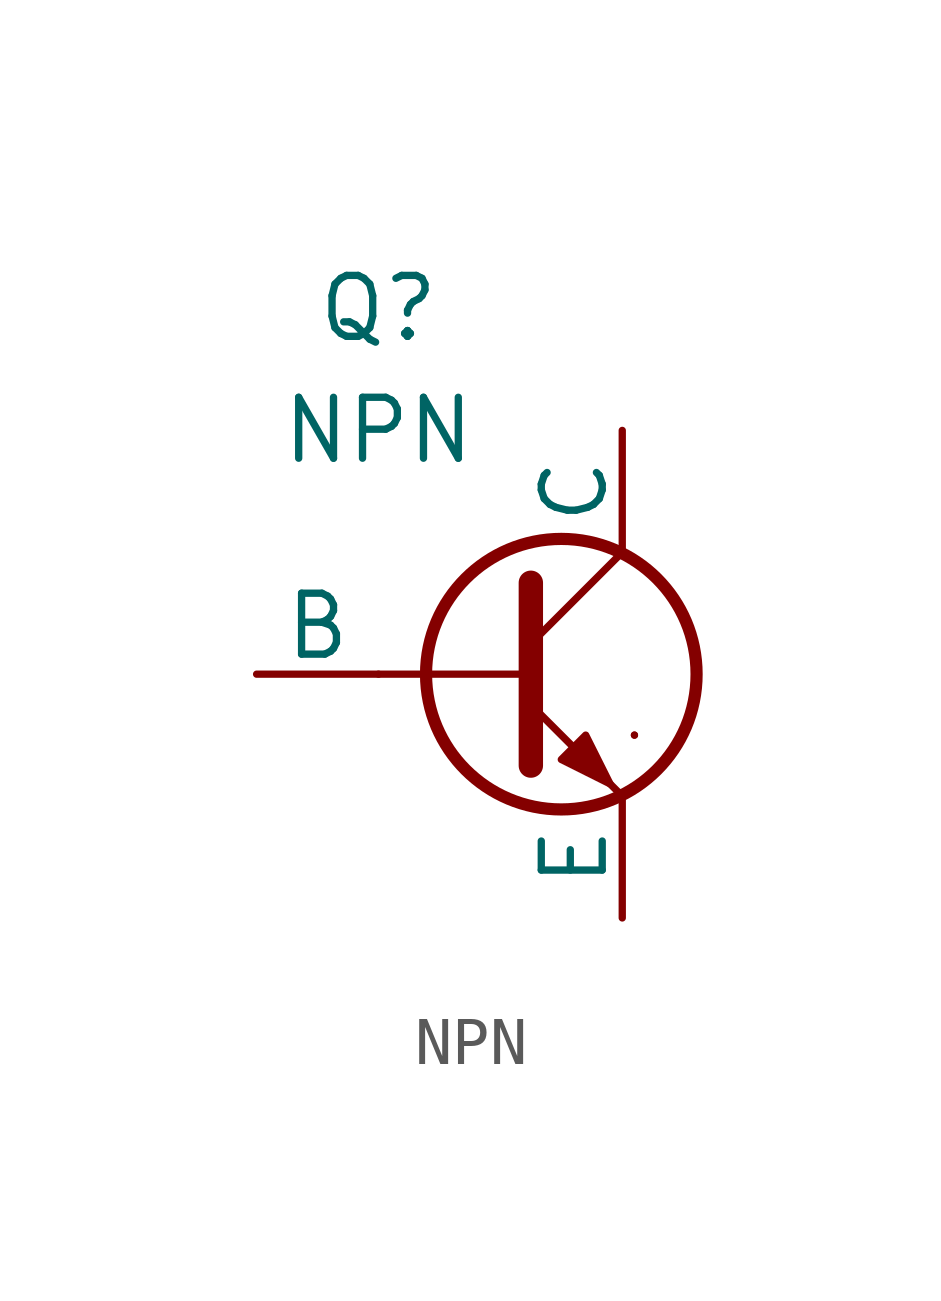
<source format=kicad_sym>
(kicad_symbol_lib
  (version 20231120)
  (generator "kicad_symbol_editor")
  (generator_version "8.0")
  (symbol "NPN"
    (pin_numbers hide)
    (pin_names
      (offset 0))
    (property "Reference" "Q"
      (at -2.54 7.62 0)
      (effects (font (size 1.27 1.27))))
    (property "Value" "NPN"
      (at -2.54 5.08 0)
      (effects (font (size 1.27 1.27))))
    (symbol "NPN_0_1"
      (polyline (pts (xy -2.54 0) (xy 0.635 0)) (stroke (width 0.152) (type default)) (fill (type none)))
      (polyline (pts (xy 0.635 0.635) (xy 2.54 2.54)) (stroke (width 0) (type default)) (fill (type none)))
      (polyline (pts (xy 2.794 -1.27) (xy 2.794 -1.27)) (stroke (width 0.152) (type default)) (fill (type none)))
      (polyline (pts (xy 2.794 -1.27) (xy 2.794 -1.27)) (stroke (width 0.152) (type default)) (fill (type none)))
      (polyline (pts (xy 0.635 -0.635) (xy 2.54 -2.54) (xy 2.54 -2.54)) (stroke (width 0) (type default)) (fill (type none)))
      (polyline (pts (xy 0.635 1.905) (xy 0.635 -1.905) (xy 0.635 -1.905)) (stroke (width 0.508) (type default)) (fill (type none)))
      (polyline (pts (xy 1.27 -1.778) (xy 1.778 -1.27) (xy 2.286 -2.286) (xy 1.27 -1.778) (xy 1.27 -1.778)) (stroke (width 0) (type default)) (fill (type outline)))
      (circle (center 1.27 0) (radius 2.819) (stroke (width 0.254) (type default)) (fill (type none))))
    (symbol "NPN_1_1"
      (pin open_collector line (at 2.54 5.08 270) (length 2.54) (name "C" (effects (font (size 1.27 1.27)))) (number "1" (effects (font (size 1.27 1.27)))))
      (pin input line (at -5.08 0 0) (length 2.54) (name "B" (effects (font (size 1.27 1.27)))) (number "2" (effects (font (size 1.27 1.27)))))
      (pin power_out line (at 2.54 -5.08 90) (length 2.54) (name "E" (effects (font (size 1.27 1.27)))) (number "3" (effects (font (size 1.27 1.27))))))))
</source>
